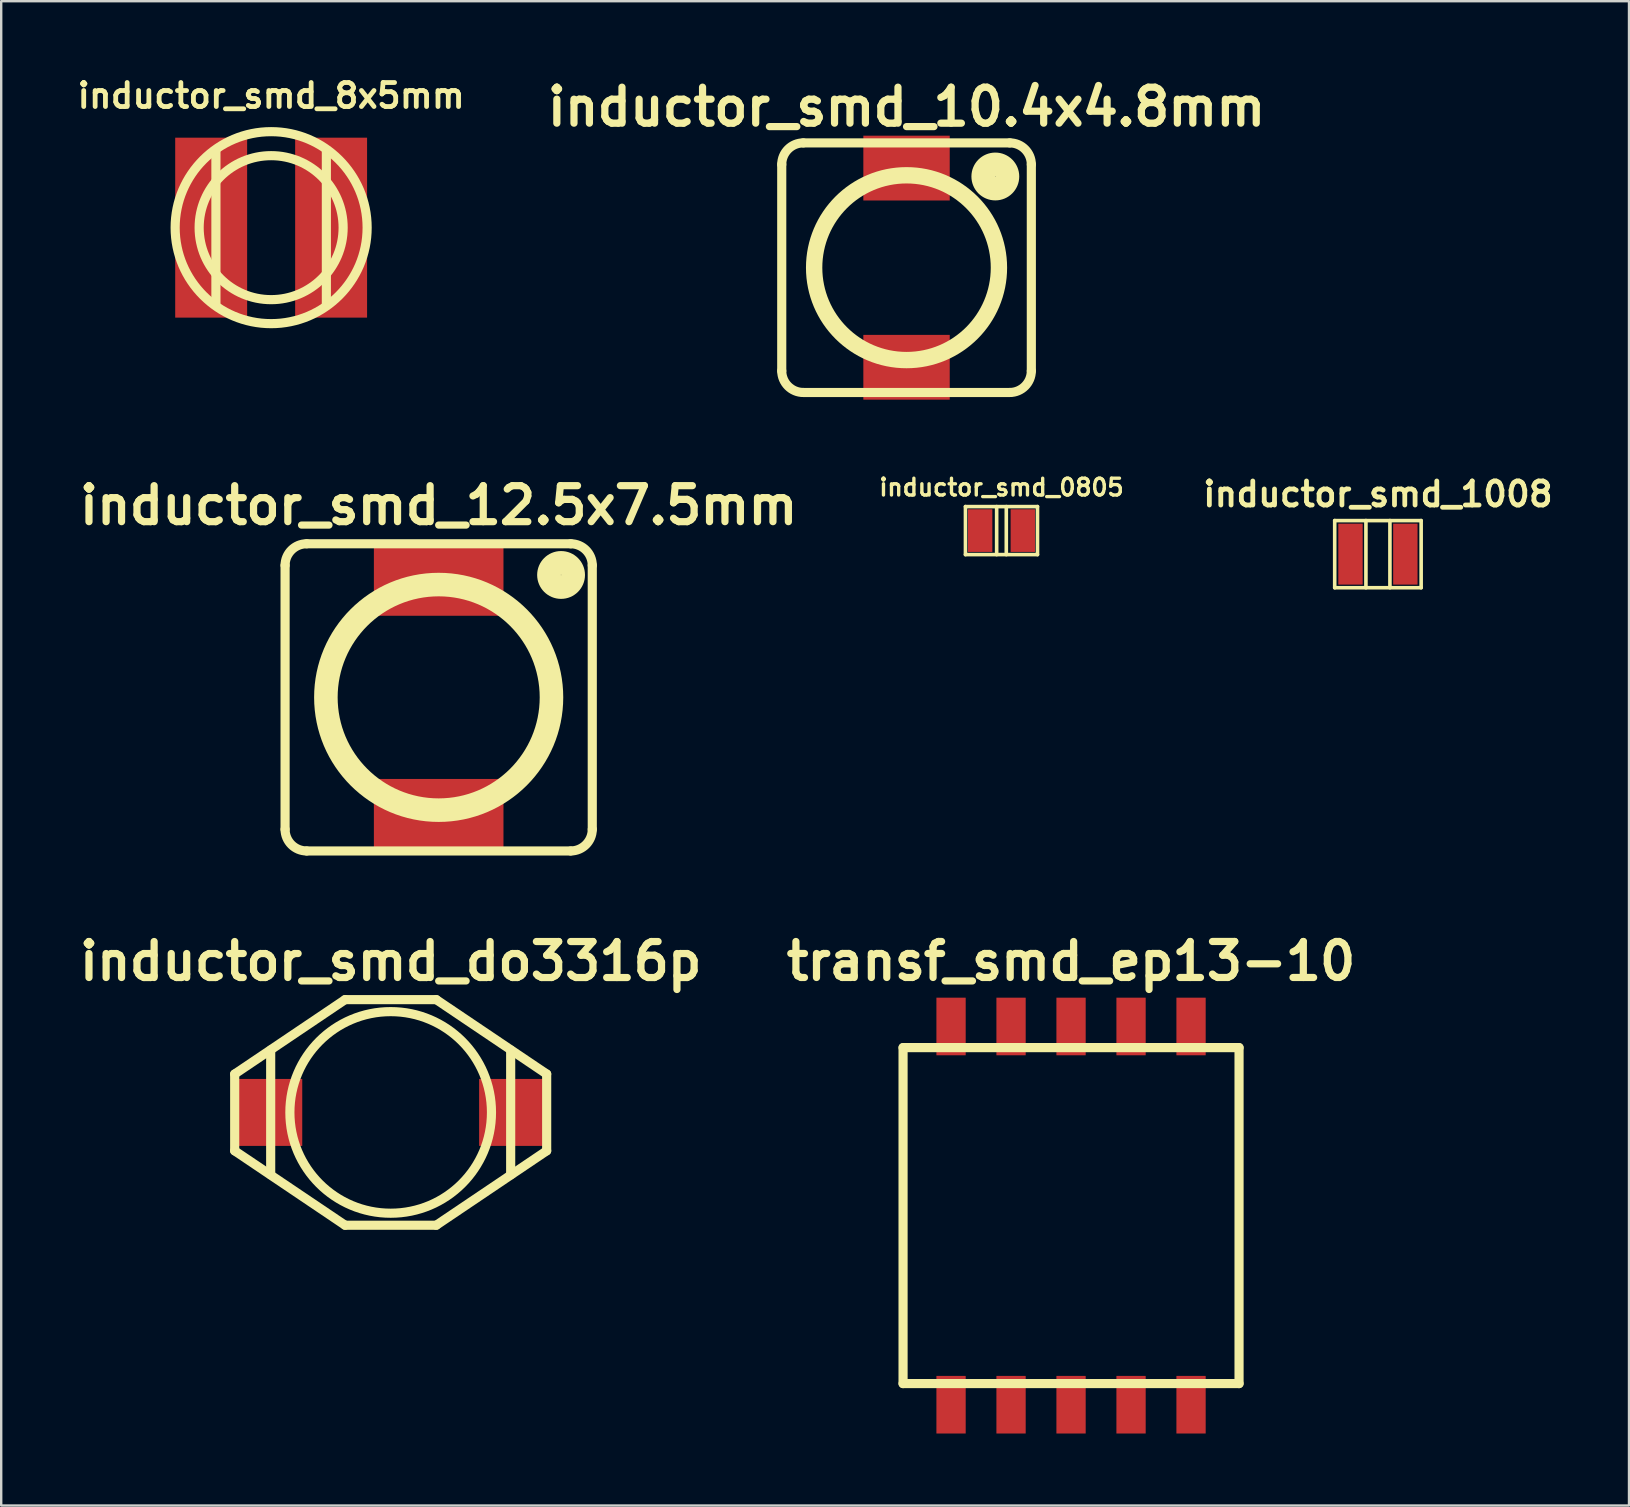
<source format=kicad_pcb>
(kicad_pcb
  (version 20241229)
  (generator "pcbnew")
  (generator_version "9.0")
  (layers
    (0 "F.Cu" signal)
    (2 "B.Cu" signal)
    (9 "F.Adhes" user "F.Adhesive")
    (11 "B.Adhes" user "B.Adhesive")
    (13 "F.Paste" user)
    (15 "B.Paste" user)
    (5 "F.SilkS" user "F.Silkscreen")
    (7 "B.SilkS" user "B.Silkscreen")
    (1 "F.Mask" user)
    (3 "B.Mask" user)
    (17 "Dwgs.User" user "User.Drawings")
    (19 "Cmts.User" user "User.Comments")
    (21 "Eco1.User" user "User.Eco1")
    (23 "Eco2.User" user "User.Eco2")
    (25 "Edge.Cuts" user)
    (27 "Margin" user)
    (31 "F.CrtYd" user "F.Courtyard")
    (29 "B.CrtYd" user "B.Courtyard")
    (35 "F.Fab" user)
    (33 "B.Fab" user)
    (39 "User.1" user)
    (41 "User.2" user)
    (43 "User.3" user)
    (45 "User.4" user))
  (footprint "inductor_smd_10.4x4.8mm"
    (layer "F.Cu")
    (at 34.724 8.104)
    (property "Reference" "inductor_smd_10.4x4.8mm" (at 0 -6.7 0) (layer "F.SilkS") (effects (font (size 1.5 1.5) (thickness 0.3))))
    (attr through_hole)
    (fp_line (start -5.2 4.3) (end -5.2 -4.3) (stroke (width 0.381) (type solid)) (layer "F.SilkS"))
    (fp_line (start -4.3 -5.2) (end 4.3 -5.2) (stroke (width 0.381) (type solid)) (layer "F.SilkS"))
    (fp_line (start -4.3 5.2) (end 4.3 5.2) (stroke (width 0.381) (type solid)) (layer "F.SilkS"))
    (fp_line (start 5.2 -4.3) (end 5.2 4.3) (stroke (width 0.381) (type solid)) (layer "F.SilkS"))
    (fp_arc (start -5.2 -4.3) (mid -4.936396 -4.936396) (end -4.3 -5.2) (stroke (width 0.381) (type solid)) (layer "F.SilkS"))
    (fp_arc (start -4.3 5.2) (mid -4.936396 4.936396) (end -5.2 4.3) (stroke (width 0.381) (type solid)) (layer "F.SilkS"))
    (fp_arc (start 4.3 -5.2) (mid 4.936396 -4.936396) (end 5.2 -4.3) (stroke (width 0.381) (type solid)) (layer "F.SilkS"))
    (fp_arc (start 5.2 4.3) (mid 4.936396 4.936396) (end 4.3 5.2) (stroke (width 0.381) (type solid)) (layer "F.SilkS"))
    (fp_circle (center 0 0) (end 3.7 0) (stroke (width 0.381) (type solid)) (fill no) (layer "F.SilkS"))
    (fp_circle (center 0 0) (end 4 0) (stroke (width 0.381) (type solid)) (fill no) (layer "F.SilkS"))
    (fp_circle (center 3.7 -3.8) (end 3.9 -3.8) (stroke (width 0.381) (type solid)) (fill no) (layer "F.SilkS"))
    (fp_circle (center 3.7 -3.8) (end 4.2 -3.8) (stroke (width 0.381) (type solid)) (fill no) (layer "F.SilkS"))
    (fp_circle (center 3.7 -3.8) (end 4.5 -3.7) (stroke (width 0.381) (type solid)) (fill no) (layer "F.SilkS"))
    (pad "1" smd rect (at 0 -4.15) (size 3.6 2.7) (layers "F.Cu" "F.Mask" "F.Paste"))
    (pad "2" smd rect (at 0 4.15) (size 3.6 2.7) (layers "F.Cu" "F.Mask" "F.Paste")))
  (footprint "inductor_smd_8x5mm"
    (layer "F.Cu")
    (at 8.248 6.436)
    (property "Reference" "inductor_smd_8x5mm" (at 0 -5.5 0) (layer "F.SilkS") (effects (font (size 1 1) (thickness 0.2))))
    (attr through_hole)
    (fp_line (start -2.301 -3.2) (end -2.301 3.2) (stroke (width 0.381) (type solid)) (layer "F.SilkS"))
    (fp_line (start 2.301 3.2) (end 2.301 -3.2) (stroke (width 0.381) (type solid)) (layer "F.SilkS"))
    (fp_circle (center 0 0) (end -4 0) (stroke (width 0.381) (type solid)) (fill no) (layer "F.SilkS"))
    (fp_circle (center 0 0) (end -3 0) (stroke (width 0.381) (type solid)) (fill no) (layer "F.SilkS"))
    (pad "1" smd rect (at -2.499 0) (size 2.997 7.498) (layers "F.Cu" "F.Mask" "F.Paste"))
    (pad "2" smd rect (at 2.499 0) (size 2.997 7.498) (layers "F.Cu" "F.Mask" "F.Paste")))
  (footprint "inductor_smd_0805"
    (layer "F.Cu")
    (at 38.68 19.059)
    (property "Reference" "inductor_smd_0805" (at 0 -1.8 0) (layer "F.SilkS") (effects (font (size 0.7 0.7) (thickness 0.14))))
    (attr through_hole)
    (fp_line (start -1.501 -1.001) (end 1.501 -1.001) (stroke (width 0.15) (type solid)) (layer "F.SilkS"))
    (fp_line (start -1.501 1.001) (end -1.501 -1.001) (stroke (width 0.15) (type solid)) (layer "F.SilkS"))
    (fp_line (start -0.201 -1.001) (end -0.201 1.001) (stroke (width 0.15) (type solid)) (layer "F.SilkS"))
    (fp_line (start 0.201 1.001) (end 0.201 -1.001) (stroke (width 0.15) (type solid)) (layer "F.SilkS"))
    (fp_line (start 1.501 -1.001) (end 1.501 1.001) (stroke (width 0.15) (type solid)) (layer "F.SilkS"))
    (fp_line (start 1.501 1.001) (end -1.501 1.001) (stroke (width 0.15) (type solid)) (layer "F.SilkS"))
    (pad "1" smd rect (at -0.889 0) (size 1.016 1.778) (layers "F.Cu" "F.Mask" "F.Paste"))
    (pad "2" smd rect (at 0.889 0) (size 1.016 1.778) (layers "F.Cu" "F.Mask" "F.Paste")))
  (footprint "inductor_smd_do3316p"
    (layer "F.Cu")
    (at 13.229 43.303)
    (property "Reference" "inductor_smd_do3316p" (at 0 -6.3 0) (layer "F.SilkS") (effects (font (size 1.5 1.5) (thickness 0.3))))
    (attr through_hole)
    (fp_line (start -6.5 -1.6) (end -6.5 1.6) (stroke (width 0.381) (type solid)) (layer "F.SilkS"))
    (fp_line (start -6.5 -1.6) (end -1.9 -4.7) (stroke (width 0.381) (type solid)) (layer "F.SilkS"))
    (fp_line (start -5 2.6) (end -5 -2.6) (stroke (width 0.381) (type solid)) (layer "F.SilkS"))
    (fp_line (start -1.9 -4.7) (end 1.9 -4.7) (stroke (width 0.381) (type solid)) (layer "F.SilkS"))
    (fp_line (start -1.9 4.7) (end -6.5 1.6) (stroke (width 0.381) (type solid)) (layer "F.SilkS"))
    (fp_line (start -1.9 4.7) (end 1.9 4.7) (stroke (width 0.381) (type solid)) (layer "F.SilkS"))
    (fp_line (start 1.9 -4.7) (end 6.5 -1.6) (stroke (width 0.381) (type solid)) (layer "F.SilkS"))
    (fp_line (start 5 2.6) (end 5 -2.6) (stroke (width 0.381) (type solid)) (layer "F.SilkS"))
    (fp_line (start 6.5 -1.6) (end 6.5 1.6) (stroke (width 0.381) (type solid)) (layer "F.SilkS"))
    (fp_line (start 6.5 1.6) (end 1.9 4.7) (stroke (width 0.381) (type solid)) (layer "F.SilkS"))
    (fp_circle (center 0 0) (end -4.2 0) (stroke (width 0.381) (type solid)) (fill no) (layer "F.SilkS"))
    (pad "1" smd rect (at -5.145 0) (size 2.92 2.79) (layers "F.Cu" "F.Mask" "F.Paste"))
    (pad "2" smd rect (at 5.145 0) (size 2.92 2.79) (layers "F.Cu" "F.Mask" "F.Paste")))
  (footprint "transf_smd_ep13-10"
    (layer "F.Cu")
    (at 41.579 47.602)
    (property "Reference" "transf_smd_ep13-10" (at 0 -10.6 0) (layer "F.SilkS") (effects (font (size 1.5 1.5) (thickness 0.3))))
    (attr through_hole)
    (fp_line (start -7 -7) (end -7 7) (stroke (width 0.381) (type solid)) (layer "F.SilkS"))
    (fp_line (start -7 7) (end 7 7) (stroke (width 0.381) (type solid)) (layer "F.SilkS"))
    (fp_line (start 7 -7) (end -7 -7) (stroke (width 0.381) (type solid)) (layer "F.SilkS"))
    (fp_line (start 7 7) (end 7 -7) (stroke (width 0.381) (type solid)) (layer "F.SilkS"))
    (pad "1" smd rect (at 5 7.88) (size 1.22 2.4) (layers "F.Cu" "F.Mask" "F.Paste"))
    (pad "2" smd rect (at 2.5 7.88) (size 1.22 2.4) (layers "F.Cu" "F.Mask" "F.Paste"))
    (pad "3" smd rect (at 0 7.88) (size 1.22 2.4) (layers "F.Cu" "F.Mask" "F.Paste"))
    (pad "4" smd rect (at -2.5 7.88) (size 1.22 2.4) (layers "F.Cu" "F.Mask" "F.Paste"))
    (pad "5" smd rect (at -5 7.88) (size 1.22 2.4) (layers "F.Cu" "F.Mask" "F.Paste"))
    (pad "6" smd rect (at -5 -7.88) (size 1.22 2.4) (layers "F.Cu" "F.Mask" "F.Paste"))
    (pad "7" smd rect (at -2.5 -7.88) (size 1.22 2.4) (layers "F.Cu" "F.Mask" "F.Paste"))
    (pad "8" smd rect (at 0 -7.88) (size 1.22 2.4) (layers "F.Cu" "F.Mask" "F.Paste"))
    (pad "9" smd rect (at 2.5 -7.88) (size 1.22 2.4) (layers "F.Cu" "F.Mask" "F.Paste"))
    (pad "10" smd rect (at 5 -7.88) (size 1.22 2.4) (layers "F.Cu" "F.Mask" "F.Paste")))
  (footprint "inductor_smd_1008"
    (layer "F.Cu")
    (at 54.366 20.04)
    (property "Reference" "inductor_smd_1008" (at 0 -2.5 0) (layer "F.SilkS") (effects (font (size 1 1) (thickness 0.2))))
    (attr through_hole)
    (fp_line (start -1.801 -1.397) (end 1.801 -1.397) (stroke (width 0.15) (type solid)) (layer "F.SilkS"))
    (fp_line (start -1.801 1.4) (end -1.801 -1.4) (stroke (width 0.15) (type solid)) (layer "F.SilkS"))
    (fp_line (start -0.5 -1.4) (end -0.5 1.4) (stroke (width 0.15) (type solid)) (layer "F.SilkS"))
    (fp_line (start 0.5 1.4) (end 0.5 -1.4) (stroke (width 0.15) (type solid)) (layer "F.SilkS"))
    (fp_line (start 1.801 -1.4) (end 1.801 1.4) (stroke (width 0.15) (type solid)) (layer "F.SilkS"))
    (fp_line (start 1.801 1.4) (end -1.801 1.4) (stroke (width 0.15) (type solid)) (layer "F.SilkS"))
    (pad "1" smd rect (at -1.143 0) (size 1.016 2.54) (layers "F.Cu" "F.Mask" "F.Paste"))
    (pad "2" smd rect (at 1.143 0) (size 1.016 2.54) (layers "F.Cu" "F.Mask" "F.Paste")))
  (footprint "inductor_smd_12.5x7.5mm"
    (layer "F.Cu")
    (at 15.229 26.008)
    (property "Reference" "inductor_smd_12.5x7.5mm" (at 0 -8 0) (layer "F.SilkS") (effects (font (size 1.5 1.5) (thickness 0.3))))
    (attr through_hole)
    (fp_line (start -6.4 5.5) (end -6.4 -5.5) (stroke (width 0.381) (type solid)) (layer "F.SilkS"))
    (fp_line (start -5.5 -6.4) (end 5.5 -6.4) (stroke (width 0.381) (type solid)) (layer "F.SilkS"))
    (fp_line (start -5.5 6.4) (end 5.5 6.4) (stroke (width 0.381) (type solid)) (layer "F.SilkS"))
    (fp_line (start 6.4 -5.5) (end 6.4 5.5) (stroke (width 0.381) (type solid)) (layer "F.SilkS"))
    (fp_arc (start -6.4 -5.5) (mid -6.136396 -6.136396) (end -5.5 -6.4) (stroke (width 0.381) (type solid)) (layer "F.SilkS"))
    (fp_arc (start -5.5 6.4) (mid -6.136396 6.136396) (end -6.4 5.5) (stroke (width 0.381) (type solid)) (layer "F.SilkS"))
    (fp_arc (start 5.5 -6.4) (mid 6.136396 -6.136396) (end 6.4 -5.5) (stroke (width 0.381) (type solid)) (layer "F.SilkS"))
    (fp_arc (start 6.4 5.5) (mid 6.136396 6.136396) (end 5.5 6.4) (stroke (width 0.381) (type solid)) (layer "F.SilkS"))
    (fp_circle (center 0 0) (end 4.4 0) (stroke (width 0.381) (type solid)) (fill no) (layer "F.SilkS"))
    (fp_circle (center 0 0) (end 4.7 0) (stroke (width 0.381) (type solid)) (fill no) (layer "F.SilkS"))
    (fp_circle (center 0 0) (end 5 0) (stroke (width 0.381) (type solid)) (fill no) (layer "F.SilkS"))
    (fp_circle (center 5.1 -5.1) (end 5.3 -5.1) (stroke (width 0.381) (type solid)) (fill no) (layer "F.SilkS"))
    (fp_circle (center 5.1 -5.1) (end 5.6 -5.1) (stroke (width 0.381) (type solid)) (fill no) (layer "F.SilkS"))
    (fp_circle (center 5.1 -5.1) (end 5.9 -5) (stroke (width 0.381) (type solid)) (fill no) (layer "F.SilkS"))
    (pad "1" smd rect (at 0 -4.85) (size 5.4 2.9) (layers "F.Cu" "F.Mask" "F.Paste"))
    (pad "2" smd rect (at 0 4.85) (size 5.4 2.9) (layers "F.Cu" "F.Mask" "F.Paste")))
  (gr_rect
    (start -3 -3)
    (end 64.828 59.682)
    (stroke (width 0.1) (type default))
    (fill no)
    (layer "Edge.Cuts")))
</source>
